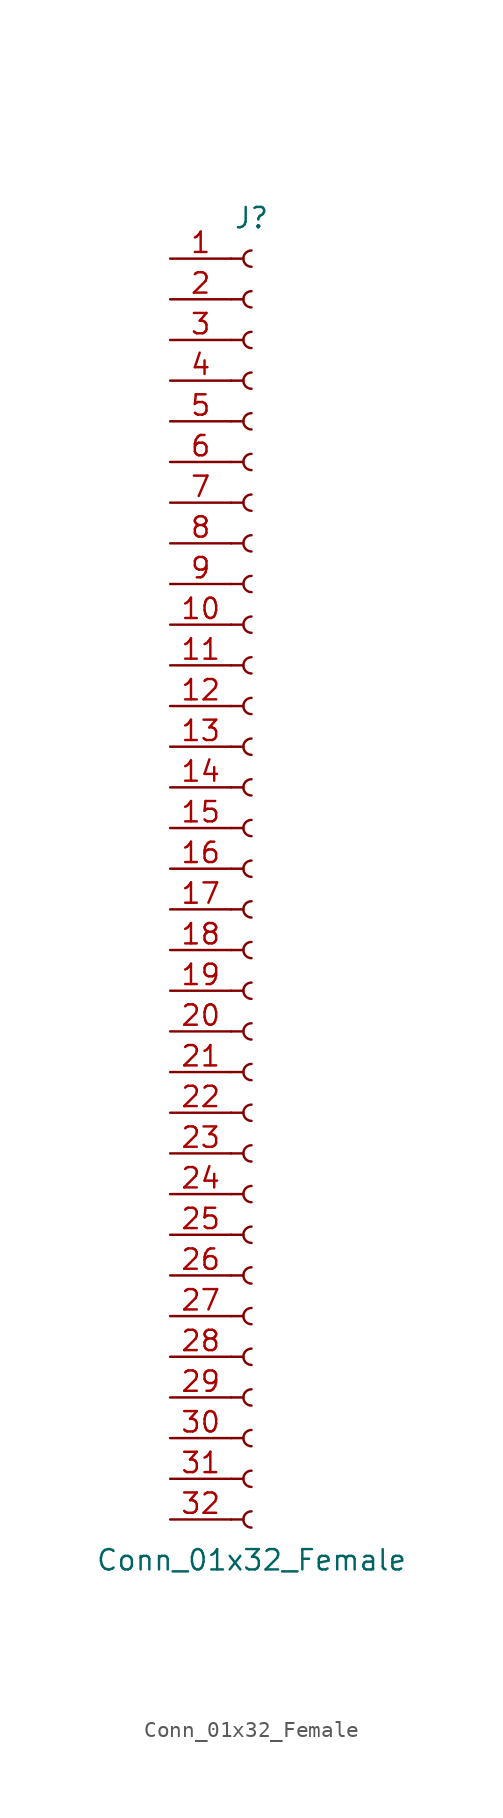
<source format=kicad_sym>
(kicad_symbol_lib
  (version 20220914)
  (generator kicad_symbol_editor)
  (symbol "Conn_01x32_Female"
    (pin_names
      (offset 1.016) hide)
    (property "Reference" "J"
      (at 0 40.64 0)
      (effects (font (size 1.27 1.27))))
    (property "Value" "Conn_01x32_Female"
      (at 0 -43.18 0)
      (effects (font (size 1.27 1.27))))
    (symbol "Conn_01x32_Female_1_1"
      (arc (start 0 -40.132) (mid -0.5058 -40.64) (end 0 -41.148) (stroke (width 0.1524) (type default)) (fill (type none)))
      (arc (start 0 -37.592) (mid -0.5058 -38.1) (end 0 -38.608) (stroke (width 0.1524) (type default)) (fill (type none)))
      (arc (start 0 -35.052) (mid -0.5058 -35.56) (end 0 -36.068) (stroke (width 0.1524) (type default)) (fill (type none)))
      (arc (start 0 -32.512) (mid -0.5058 -33.02) (end 0 -33.528) (stroke (width 0.1524) (type default)) (fill (type none)))
      (arc (start 0 -29.972) (mid -0.5058 -30.48) (end 0 -30.988) (stroke (width 0.1524) (type default)) (fill (type none)))
      (arc (start 0 -27.432) (mid -0.5058 -27.94) (end 0 -28.448) (stroke (width 0.1524) (type default)) (fill (type none)))
      (arc (start 0 -24.892) (mid -0.5058 -25.4) (end 0 -25.908) (stroke (width 0.1524) (type default)) (fill (type none)))
      (arc (start 0 -22.352) (mid -0.5058 -22.86) (end 0 -23.368) (stroke (width 0.1524) (type default)) (fill (type none)))
      (arc (start 0 -19.812) (mid -0.5058 -20.32) (end 0 -20.828) (stroke (width 0.1524) (type default)) (fill (type none)))
      (arc (start 0 -17.272) (mid -0.5058 -17.78) (end 0 -18.288) (stroke (width 0.1524) (type default)) (fill (type none)))
      (arc (start 0 -14.732) (mid -0.5058 -15.24) (end 0 -15.748) (stroke (width 0.1524) (type default)) (fill (type none)))
      (arc (start 0 -12.192) (mid -0.5058 -12.7) (end 0 -13.208) (stroke (width 0.1524) (type default)) (fill (type none)))
      (arc (start 0 -9.652) (mid -0.5058 -10.16) (end 0 -10.668) (stroke (width 0.1524) (type default)) (fill (type none)))
      (arc (start 0 -7.112) (mid -0.5058 -7.62) (end 0 -8.128) (stroke (width 0.1524) (type default)) (fill (type none)))
      (arc (start 0 -4.572) (mid -0.5058 -5.08) (end 0 -5.588) (stroke (width 0.1524) (type default)) (fill (type none)))
      (arc (start 0 -2.032) (mid -0.5058 -2.54) (end 0 -3.048) (stroke (width 0.1524) (type default)) (fill (type none)))
      (polyline (pts (xy -1.27 -40.64) (xy -0.508 -40.64)) (stroke (width 0.152) (type default)) (fill (type none)))
      (polyline (pts (xy -1.27 -38.1) (xy -0.508 -38.1)) (stroke (width 0.152) (type default)) (fill (type none)))
      (polyline (pts (xy -1.27 -35.56) (xy -0.508 -35.56)) (stroke (width 0.152) (type default)) (fill (type none)))
      (polyline (pts (xy -1.27 -33.02) (xy -0.508 -33.02)) (stroke (width 0.152) (type default)) (fill (type none)))
      (polyline (pts (xy -1.27 -30.48) (xy -0.508 -30.48)) (stroke (width 0.152) (type default)) (fill (type none)))
      (polyline (pts (xy -1.27 -27.94) (xy -0.508 -27.94)) (stroke (width 0.152) (type default)) (fill (type none)))
      (polyline (pts (xy -1.27 -25.4) (xy -0.508 -25.4)) (stroke (width 0.152) (type default)) (fill (type none)))
      (polyline (pts (xy -1.27 -22.86) (xy -0.508 -22.86)) (stroke (width 0.152) (type default)) (fill (type none)))
      (polyline (pts (xy -1.27 -20.32) (xy -0.508 -20.32)) (stroke (width 0.152) (type default)) (fill (type none)))
      (polyline (pts (xy -1.27 -17.78) (xy -0.508 -17.78)) (stroke (width 0.152) (type default)) (fill (type none)))
      (polyline (pts (xy -1.27 -15.24) (xy -0.508 -15.24)) (stroke (width 0.152) (type default)) (fill (type none)))
      (polyline (pts (xy -1.27 -12.7) (xy -0.508 -12.7)) (stroke (width 0.152) (type default)) (fill (type none)))
      (polyline (pts (xy -1.27 -10.16) (xy -0.508 -10.16)) (stroke (width 0.152) (type default)) (fill (type none)))
      (polyline (pts (xy -1.27 -7.62) (xy -0.508 -7.62)) (stroke (width 0.152) (type default)) (fill (type none)))
      (polyline (pts (xy -1.27 -5.08) (xy -0.508 -5.08)) (stroke (width 0.152) (type default)) (fill (type none)))
      (polyline (pts (xy -1.27 -2.54) (xy -0.508 -2.54)) (stroke (width 0.152) (type default)) (fill (type none)))
      (polyline (pts (xy -1.27 0) (xy -0.508 0)) (stroke (width 0.152) (type default)) (fill (type none)))
      (polyline (pts (xy -1.27 2.54) (xy -0.508 2.54)) (stroke (width 0.152) (type default)) (fill (type none)))
      (polyline (pts (xy -1.27 5.08) (xy -0.508 5.08)) (stroke (width 0.152) (type default)) (fill (type none)))
      (polyline (pts (xy -1.27 7.62) (xy -0.508 7.62)) (stroke (width 0.152) (type default)) (fill (type none)))
      (polyline (pts (xy -1.27 10.16) (xy -0.508 10.16)) (stroke (width 0.152) (type default)) (fill (type none)))
      (polyline (pts (xy -1.27 12.7) (xy -0.508 12.7)) (stroke (width 0.152) (type default)) (fill (type none)))
      (polyline (pts (xy -1.27 15.24) (xy -0.508 15.24)) (stroke (width 0.152) (type default)) (fill (type none)))
      (polyline (pts (xy -1.27 17.78) (xy -0.508 17.78)) (stroke (width 0.152) (type default)) (fill (type none)))
      (polyline (pts (xy -1.27 20.32) (xy -0.508 20.32)) (stroke (width 0.152) (type default)) (fill (type none)))
      (polyline (pts (xy -1.27 22.86) (xy -0.508 22.86)) (stroke (width 0.152) (type default)) (fill (type none)))
      (polyline (pts (xy -1.27 25.4) (xy -0.508 25.4)) (stroke (width 0.152) (type default)) (fill (type none)))
      (polyline (pts (xy -1.27 27.94) (xy -0.508 27.94)) (stroke (width 0.152) (type default)) (fill (type none)))
      (polyline (pts (xy -1.27 30.48) (xy -0.508 30.48)) (stroke (width 0.152) (type default)) (fill (type none)))
      (polyline (pts (xy -1.27 33.02) (xy -0.508 33.02)) (stroke (width 0.152) (type default)) (fill (type none)))
      (polyline (pts (xy -1.27 35.56) (xy -0.508 35.56)) (stroke (width 0.152) (type default)) (fill (type none)))
      (polyline (pts (xy -1.27 38.1) (xy -0.508 38.1)) (stroke (width 0.152) (type default)) (fill (type none)))
      (arc (start 0 0.508) (mid -0.5058 0) (end 0 -0.508) (stroke (width 0.1524) (type default)) (fill (type none)))
      (arc (start 0 3.048) (mid -0.5058 2.54) (end 0 2.032) (stroke (width 0.1524) (type default)) (fill (type none)))
      (arc (start 0 5.588) (mid -0.5058 5.08) (end 0 4.572) (stroke (width 0.1524) (type default)) (fill (type none)))
      (arc (start 0 8.128) (mid -0.5058 7.62) (end 0 7.112) (stroke (width 0.1524) (type default)) (fill (type none)))
      (arc (start 0 10.668) (mid -0.5058 10.16) (end 0 9.652) (stroke (width 0.1524) (type default)) (fill (type none)))
      (arc (start 0 13.208) (mid -0.5058 12.7) (end 0 12.192) (stroke (width 0.1524) (type default)) (fill (type none)))
      (arc (start 0 15.748) (mid -0.5058 15.24) (end 0 14.732) (stroke (width 0.1524) (type default)) (fill (type none)))
      (arc (start 0 18.288) (mid -0.5058 17.78) (end 0 17.272) (stroke (width 0.1524) (type default)) (fill (type none)))
      (arc (start 0 20.828) (mid -0.5058 20.32) (end 0 19.812) (stroke (width 0.1524) (type default)) (fill (type none)))
      (arc (start 0 23.368) (mid -0.5058 22.86) (end 0 22.352) (stroke (width 0.1524) (type default)) (fill (type none)))
      (arc (start 0 25.908) (mid -0.5058 25.4) (end 0 24.892) (stroke (width 0.1524) (type default)) (fill (type none)))
      (arc (start 0 28.448) (mid -0.5058 27.94) (end 0 27.432) (stroke (width 0.1524) (type default)) (fill (type none)))
      (arc (start 0 30.988) (mid -0.5058 30.48) (end 0 29.972) (stroke (width 0.1524) (type default)) (fill (type none)))
      (arc (start 0 33.528) (mid -0.5058 33.02) (end 0 32.512) (stroke (width 0.1524) (type default)) (fill (type none)))
      (arc (start 0 36.068) (mid -0.5058 35.56) (end 0 35.052) (stroke (width 0.1524) (type default)) (fill (type none)))
      (arc (start 0 38.608) (mid -0.5058 38.1) (end 0 37.592) (stroke (width 0.1524) (type default)) (fill (type none)))
      (pin passive line (at -5.08 38.1 0) (length 3.81) (name "Pin_1" (effects (font (size 1.27 1.27)))) (number "1" (effects (font (size 1.27 1.27)))))
      (pin passive line (at -5.08 15.24 0) (length 3.81) (name "Pin_10" (effects (font (size 1.27 1.27)))) (number "10" (effects (font (size 1.27 1.27)))))
      (pin passive line (at -5.08 12.7 0) (length 3.81) (name "Pin_11" (effects (font (size 1.27 1.27)))) (number "11" (effects (font (size 1.27 1.27)))))
      (pin passive line (at -5.08 10.16 0) (length 3.81) (name "Pin_12" (effects (font (size 1.27 1.27)))) (number "12" (effects (font (size 1.27 1.27)))))
      (pin passive line (at -5.08 7.62 0) (length 3.81) (name "Pin_13" (effects (font (size 1.27 1.27)))) (number "13" (effects (font (size 1.27 1.27)))))
      (pin passive line (at -5.08 5.08 0) (length 3.81) (name "Pin_14" (effects (font (size 1.27 1.27)))) (number "14" (effects (font (size 1.27 1.27)))))
      (pin passive line (at -5.08 2.54 0) (length 3.81) (name "Pin_15" (effects (font (size 1.27 1.27)))) (number "15" (effects (font (size 1.27 1.27)))))
      (pin passive line (at -5.08 0 0) (length 3.81) (name "Pin_16" (effects (font (size 1.27 1.27)))) (number "16" (effects (font (size 1.27 1.27)))))
      (pin passive line (at -5.08 -2.54 0) (length 3.81) (name "Pin_17" (effects (font (size 1.27 1.27)))) (number "17" (effects (font (size 1.27 1.27)))))
      (pin passive line (at -5.08 -5.08 0) (length 3.81) (name "Pin_18" (effects (font (size 1.27 1.27)))) (number "18" (effects (font (size 1.27 1.27)))))
      (pin passive line (at -5.08 -7.62 0) (length 3.81) (name "Pin_19" (effects (font (size 1.27 1.27)))) (number "19" (effects (font (size 1.27 1.27)))))
      (pin passive line (at -5.08 35.56 0) (length 3.81) (name "Pin_2" (effects (font (size 1.27 1.27)))) (number "2" (effects (font (size 1.27 1.27)))))
      (pin passive line (at -5.08 -10.16 0) (length 3.81) (name "Pin_20" (effects (font (size 1.27 1.27)))) (number "20" (effects (font (size 1.27 1.27)))))
      (pin passive line (at -5.08 -12.7 0) (length 3.81) (name "Pin_21" (effects (font (size 1.27 1.27)))) (number "21" (effects (font (size 1.27 1.27)))))
      (pin passive line (at -5.08 -15.24 0) (length 3.81) (name "Pin_22" (effects (font (size 1.27 1.27)))) (number "22" (effects (font (size 1.27 1.27)))))
      (pin passive line (at -5.08 -17.78 0) (length 3.81) (name "Pin_23" (effects (font (size 1.27 1.27)))) (number "23" (effects (font (size 1.27 1.27)))))
      (pin passive line (at -5.08 -20.32 0) (length 3.81) (name "Pin_24" (effects (font (size 1.27 1.27)))) (number "24" (effects (font (size 1.27 1.27)))))
      (pin passive line (at -5.08 -22.86 0) (length 3.81) (name "Pin_25" (effects (font (size 1.27 1.27)))) (number "25" (effects (font (size 1.27 1.27)))))
      (pin passive line (at -5.08 -25.4 0) (length 3.81) (name "Pin_26" (effects (font (size 1.27 1.27)))) (number "26" (effects (font (size 1.27 1.27)))))
      (pin passive line (at -5.08 -27.94 0) (length 3.81) (name "Pin_27" (effects (font (size 1.27 1.27)))) (number "27" (effects (font (size 1.27 1.27)))))
      (pin passive line (at -5.08 -30.48 0) (length 3.81) (name "Pin_28" (effects (font (size 1.27 1.27)))) (number "28" (effects (font (size 1.27 1.27)))))
      (pin passive line (at -5.08 -33.02 0) (length 3.81) (name "Pin_29" (effects (font (size 1.27 1.27)))) (number "29" (effects (font (size 1.27 1.27)))))
      (pin passive line (at -5.08 33.02 0) (length 3.81) (name "Pin_3" (effects (font (size 1.27 1.27)))) (number "3" (effects (font (size 1.27 1.27)))))
      (pin passive line (at -5.08 -35.56 0) (length 3.81) (name "Pin_30" (effects (font (size 1.27 1.27)))) (number "30" (effects (font (size 1.27 1.27)))))
      (pin passive line (at -5.08 -38.1 0) (length 3.81) (name "Pin_31" (effects (font (size 1.27 1.27)))) (number "31" (effects (font (size 1.27 1.27)))))
      (pin passive line (at -5.08 -40.64 0) (length 3.81) (name "Pin_32" (effects (font (size 1.27 1.27)))) (number "32" (effects (font (size 1.27 1.27)))))
      (pin passive line (at -5.08 30.48 0) (length 3.81) (name "Pin_4" (effects (font (size 1.27 1.27)))) (number "4" (effects (font (size 1.27 1.27)))))
      (pin passive line (at -5.08 27.94 0) (length 3.81) (name "Pin_5" (effects (font (size 1.27 1.27)))) (number "5" (effects (font (size 1.27 1.27)))))
      (pin passive line (at -5.08 25.4 0) (length 3.81) (name "Pin_6" (effects (font (size 1.27 1.27)))) (number "6" (effects (font (size 1.27 1.27)))))
      (pin passive line (at -5.08 22.86 0) (length 3.81) (name "Pin_7" (effects (font (size 1.27 1.27)))) (number "7" (effects (font (size 1.27 1.27)))))
      (pin passive line (at -5.08 20.32 0) (length 3.81) (name "Pin_8" (effects (font (size 1.27 1.27)))) (number "8" (effects (font (size 1.27 1.27)))))
      (pin passive line (at -5.08 17.78 0) (length 3.81) (name "Pin_9" (effects (font (size 1.27 1.27)))) (number "9" (effects (font (size 1.27 1.27))))))))
</source>
